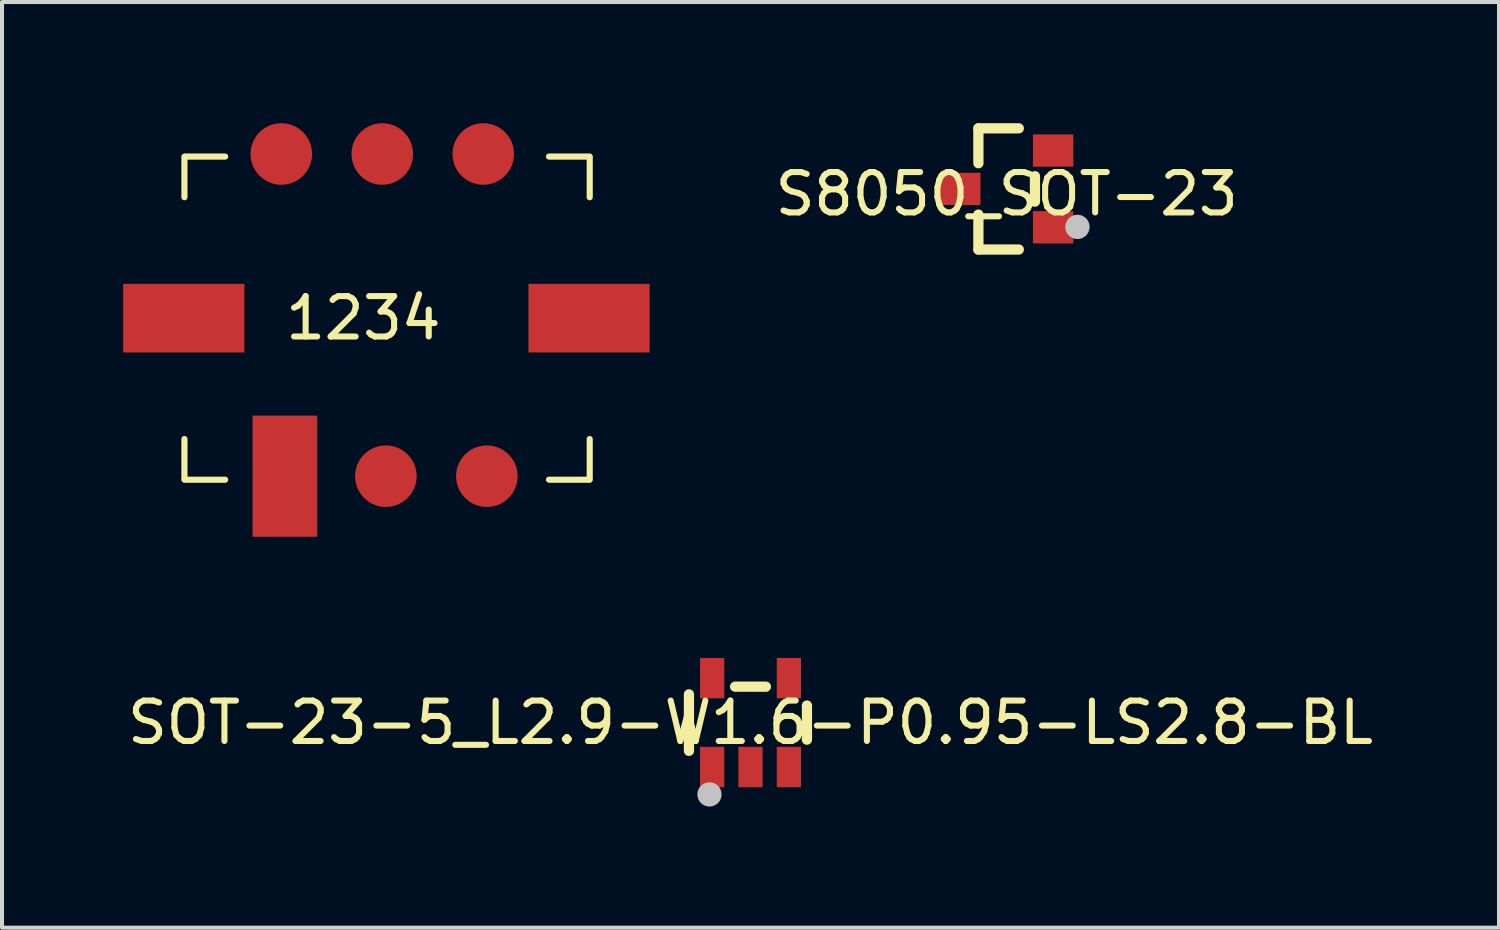
<source format=kicad_pcb>
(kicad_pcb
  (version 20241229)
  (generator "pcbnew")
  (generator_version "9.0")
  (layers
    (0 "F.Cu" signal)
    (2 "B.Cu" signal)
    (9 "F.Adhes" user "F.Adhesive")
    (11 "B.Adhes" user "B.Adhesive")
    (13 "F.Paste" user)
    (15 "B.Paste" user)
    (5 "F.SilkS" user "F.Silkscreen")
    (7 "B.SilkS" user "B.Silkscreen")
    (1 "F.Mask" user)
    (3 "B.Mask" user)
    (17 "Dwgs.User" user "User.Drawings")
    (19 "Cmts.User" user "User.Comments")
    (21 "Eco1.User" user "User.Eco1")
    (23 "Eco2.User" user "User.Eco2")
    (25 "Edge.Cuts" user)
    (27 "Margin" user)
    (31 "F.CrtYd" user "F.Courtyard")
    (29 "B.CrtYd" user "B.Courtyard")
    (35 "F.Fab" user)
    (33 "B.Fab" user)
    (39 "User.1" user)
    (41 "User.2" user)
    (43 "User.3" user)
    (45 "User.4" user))
  (footprint "SOT-23-5_L2.9-W1.6-P0.95-LS2.8-BL"
    (layer "F.Cu")
    (at 15.53 14.839)
    (property "Reference" "SOT-23-5_L2.9-W1.6-P0.95-LS2.8-BL" (at 0 0 0) (layer "F.SilkS") (effects (font (size 1 1) (thickness 0.15))))
    (fp_line (start -1.524 -0.699) (end -1.524 0.699) (stroke (width 0.254) (type default)) (layer "F.SilkS"))
    (fp_line (start -0.381 -0.889) (end 0.381 -0.889) (stroke (width 0.254) (type default)) (layer "F.SilkS"))
    (fp_line (start 1.397 -0.422) (end 1.397 0.422) (stroke (width 0.254) (type default)) (layer "F.SilkS"))
    (fp_circle (center -1.016 1.778) (end -0.866 1.778) (stroke (width 0.3) (type default)) (fill no) (layer "Dwgs.User"))
    (fp_poly (pts (xy -1.15 -0.95) (xy -1.15 -1.4) (xy -0.75 -1.4) (xy -0.75 -0.95)) (stroke (width 0.1) (type default)) (fill no) (layer "User.1"))
    (fp_poly (pts (xy -1.15 -0.79) (xy -1.15 -0.96) (xy -0.75 -0.96) (xy -0.75 -0.79)) (stroke (width 0.1) (type default)) (fill no) (layer "User.1"))
    (fp_poly (pts (xy -1.15 0.96) (xy -1.15 0.79) (xy -0.75 0.79) (xy -0.75 0.96)) (stroke (width 0.1) (type default)) (fill no) (layer "User.1"))
    (fp_poly (pts (xy -1.15 1.4) (xy -1.15 0.95) (xy -0.75 0.95) (xy -0.75 1.4)) (stroke (width 0.1) (type default)) (fill no) (layer "User.1"))
    (fp_poly (pts (xy -0.2 0.96) (xy -0.2 0.79) (xy 0.2 0.79) (xy 0.2 0.96)) (stroke (width 0.1) (type default)) (fill no) (layer "User.1"))
    (fp_poly (pts (xy -0.2 1.4) (xy -0.2 0.95) (xy 0.2 0.95) (xy 0.2 1.4)) (stroke (width 0.1) (type default)) (fill no) (layer "User.1"))
    (fp_poly (pts (xy 0.75 -0.95) (xy 0.75 -1.4) (xy 1.15 -1.4) (xy 1.15 -0.95)) (stroke (width 0.1) (type default)) (fill no) (layer "User.1"))
    (fp_poly (pts (xy 0.75 -0.79) (xy 0.75 -0.96) (xy 1.15 -0.96) (xy 1.15 -0.79)) (stroke (width 0.1) (type default)) (fill no) (layer "User.1"))
    (fp_poly (pts (xy 0.75 0.96) (xy 0.75 0.79) (xy 1.15 0.79) (xy 1.15 0.96)) (stroke (width 0.1) (type default)) (fill no) (layer "User.1"))
    (fp_poly (pts (xy 0.75 1.4) (xy 0.75 0.95) (xy 1.15 0.95) (xy 1.15 1.4)) (stroke (width 0.1) (type default)) (fill no) (layer "User.1"))
    (fp_line (start -1.45 -0.8) (end 1.45 -0.8) (stroke (width 0.051) (type default)) (layer "User.2"))
    (fp_line (start -1.45 0.8) (end -1.45 -0.8) (stroke (width 0.051) (type default)) (layer "User.2"))
    (fp_line (start 1.45 -0.8) (end 1.45 0.8) (stroke (width 0.051) (type default)) (layer "User.2"))
    (fp_line (start 1.45 0.8) (end -1.45 0.8) (stroke (width 0.051) (type default)) (layer "User.2"))
    (fp_poly (pts (xy -1.39 1.4) (xy -1.408 1.358) (xy -1.45 1.34) (xy -1.492 1.358) (xy -1.51 1.4) (xy -1.492 1.442) (xy -1.45 1.46) (xy -1.408 1.442)) (stroke (width 0.1) (type default)) (fill no) (layer "User.3"))
    (pad "1" smd rect (at -0.95 1.1) (size 0.6 1) (layers "F.Cu" "F.Mask" "F.Paste"))
    (pad "2" smd rect (at 0 1.1) (size 0.6 1) (layers "F.Cu" "F.Mask" "F.Paste"))
    (pad "3" smd rect (at 0.95 1.1) (size 0.6 1) (layers "F.Cu" "F.Mask" "F.Paste"))
    (pad "4" smd rect (at 0.95 -1.1) (size 0.6 1) (layers "F.Cu" "F.Mask" "F.Paste"))
    (pad "5" smd rect (at -0.95 -1.1) (size 0.6 1) (layers "F.Cu" "F.Mask" "F.Paste")))
  (footprint "S8050_SOT-23"
    (layer "F.Cu")
    (at 21.872 1.754)
    (property "Reference" "S8050_SOT-23" (at 0 0 0) (layer "F.SilkS") (effects (font (size 1 1) (thickness 0.15))))
    (fp_line (start -0.7 -1.627) (end 0.3 -1.627) (stroke (width 0.254) (type default)) (layer "F.SilkS"))
    (fp_line (start -0.7 -0.763) (end -0.7 -1.627) (stroke (width 0.254) (type default)) (layer "F.SilkS"))
    (fp_line (start -0.7 1.373) (end -0.7 0.509) (stroke (width 0.254) (type default)) (layer "F.SilkS"))
    (fp_line (start -0.7 1.373) (end 0.3 1.373) (stroke (width 0.254) (type default)) (layer "F.SilkS"))
    (fp_line (start 0.7 0.187) (end 0.7 -0.441) (stroke (width 0.254) (type default)) (layer "F.SilkS"))
    (fp_circle (center 1.752 0.813) (end 1.903 0.813) (stroke (width 0.3) (type default)) (fill no) (layer "Dwgs.User"))
    (fp_poly (pts (xy -1.2 0.073) (xy -1.2 -0.327) (xy -0.8 -0.327) (xy -0.8 0.073)) (stroke (width 0.1) (type default)) (fill no) (layer "User.1"))
    (fp_poly (pts (xy -0.81 0.073) (xy -0.81 -0.327) (xy -0.64 -0.327) (xy -0.64 0.073)) (stroke (width 0.1) (type default)) (fill no) (layer "User.1"))
    (fp_poly (pts (xy 0.64 -0.877) (xy 0.64 -1.277) (xy 0.81 -1.277) (xy 0.81 -0.877)) (stroke (width 0.1) (type default)) (fill no) (layer "User.1"))
    (fp_poly (pts (xy 0.64 1.023) (xy 0.64 0.623) (xy 0.81 0.623) (xy 0.81 1.023)) (stroke (width 0.1) (type default)) (fill no) (layer "User.1"))
    (fp_poly (pts (xy 0.8 -0.877) (xy 0.8 -1.277) (xy 1.2 -1.277) (xy 1.2 -0.877)) (stroke (width 0.1) (type default)) (fill no) (layer "User.1"))
    (fp_poly (pts (xy 0.8 1.023) (xy 0.8 0.623) (xy 1.2 0.623) (xy 1.2 1.023)) (stroke (width 0.1) (type default)) (fill no) (layer "User.1"))
    (fp_line (start -0.65 -1.577) (end 0.65 -1.577) (stroke (width 0.051) (type default)) (layer "User.2"))
    (fp_line (start -0.65 1.323) (end -0.65 -1.577) (stroke (width 0.051) (type default)) (layer "User.2"))
    (fp_line (start 0.65 -1.577) (end 0.65 1.323) (stroke (width 0.051) (type default)) (layer "User.2"))
    (fp_line (start 0.65 1.323) (end -0.65 1.323) (stroke (width 0.051) (type default)) (layer "User.2"))
    (fp_poly (pts (xy 1.26 1.323) (xy 1.242 1.281) (xy 1.2 1.263) (xy 1.158 1.281) (xy 1.14 1.323) (xy 1.158 1.365) (xy 1.2 1.383) (xy 1.242 1.365)) (stroke (width 0.1) (type default)) (fill no) (layer "User.3"))
    (pad "1" smd rect (at 1.15 0.823 180) (size 1 0.8) (layers "F.Cu" "F.Mask" "F.Paste"))
    (pad "2" smd rect (at 1.15 -1.077 180) (size 1 0.8) (layers "F.Cu" "F.Mask" "F.Paste"))
    (pad "3" smd rect (at -1.15 -0.127 180) (size 1 0.8) (layers "F.Cu" "F.Mask" "F.Paste")))
  (footprint "1234"
    (layer "F.Cu")
    (at 5.945 4.826)
    (property "Reference" "1234" (at 0 0 0) (layer "F.SilkS") (effects (font (size 1 1) (thickness 0.15))))
    (fp_line (start -4.429 -3.993) (end -4.429 -2.993) (stroke (width 0.152) (type default)) (layer "F.SilkS"))
    (fp_line (start -4.429 3.993) (end -4.429 2.993) (stroke (width 0.152) (type default)) (layer "F.SilkS"))
    (fp_line (start -4.421 -4) (end -3.421 -4) (stroke (width 0.152) (type default)) (layer "F.SilkS"))
    (fp_line (start -4.421 4) (end -3.421 4) (stroke (width 0.152) (type default)) (layer "F.SilkS"))
    (fp_line (start 5.596 -4) (end 4.596 -4) (stroke (width 0.152) (type default)) (layer "F.SilkS"))
    (fp_line (start 5.596 4) (end 4.596 4) (stroke (width 0.152) (type default)) (layer "F.SilkS"))
    (fp_line (start 5.604 -3.993) (end 5.604 -2.993) (stroke (width 0.152) (type default)) (layer "F.SilkS"))
    (fp_line (start 5.604 3.993) (end 5.604 2.993) (stroke (width 0.152) (type default)) (layer "F.SilkS"))
    (fp_poly (pts (xy 0.365 -4.75) (xy 0.365 -1.75) (xy -1.635 -1.75) (xy -1.635 -4.75)) (stroke (width 0.1) (type default)) (fill no) (layer "User.1"))
    (fp_poly (pts (xy 0.365 4.75) (xy 0.365 1.75) (xy -1.635 1.75) (xy -1.635 4.75)) (stroke (width 0.1) (type default)) (fill no) (layer "User.1"))
    (fp_poly (pts (xy 1.635 -4.75) (xy 1.635 -1.75) (xy -0.365 -1.75) (xy -0.365 -4.75)) (stroke (width 0.1) (type default)) (fill no) (layer "User.1"))
    (fp_poly (pts (xy 1.635 4.75) (xy 1.635 1.75) (xy -0.365 1.75) (xy -0.365 4.75)) (stroke (width 0.1) (type default)) (fill no) (layer "User.1"))
    (fp_line (start -3.75 -4.75) (end -3.75 4.75) (stroke (width 0.025) (type default)) (layer "User.2"))
    (fp_line (start -3.75 4.75) (end 3.75 4.75) (stroke (width 0.025) (type default)) (layer "User.2"))
    (fp_line (start 3.75 -4.75) (end -3.75 -4.75) (stroke (width 0.025) (type default)) (layer "User.2"))
    (fp_line (start 3.75 4.75) (end 3.75 -4.75) (stroke (width 0.025) (type default)) (layer "User.2"))
    (fp_poly (pts (xy -3.69 4.75) (xy -3.708 4.708) (xy -3.75 4.69) (xy -3.792 4.708) (xy -3.81 4.75) (xy -3.792 4.792) (xy -3.75 4.81) (xy -3.708 4.792)) (stroke (width 0.1) (type default)) (fill no) (layer "User.3"))
    (pad "1" smd circle (at -2.031 -4.064) (size 1.524 1.524) (layers "F.Cu" "F.Mask" "F.Paste"))
    (pad "2" smd circle (at 0.469 -4.064) (size 1.524 1.524) (layers "F.Cu" "F.Mask" "F.Paste"))
    (pad "3" smd circle (at 2.969 -4.064) (size 1.524 1.524) (layers "F.Cu" "F.Mask" "F.Paste"))
    (pad "4" smd rect (at -4.445 0 90) (size 1.7 3) (layers "F.Cu" "F.Mask" "F.Paste"))
    (pad "5" smd rect (at 5.588 0 90) (size 1.7 3) (layers "F.Cu" "F.Mask" "F.Paste"))
    (pad "6" smd rect (at -1.942 3.913) (size 1.6 3) (layers "F.Cu" "F.Mask" "F.Paste"))
    (pad "7" smd circle (at 0.558 3.913) (size 1.524 1.524) (layers "F.Cu" "F.Mask" "F.Paste"))
    (pad "8" smd circle (at 3.058 3.913) (size 1.524 1.524) (layers "F.Cu" "F.Mask" "F.Paste")))
  (gr_rect
    (start -3 -3)
    (end 34.06 19.917)
    (stroke (width 0.1) (type default))
    (fill no)
    (layer "Edge.Cuts")))
</source>
